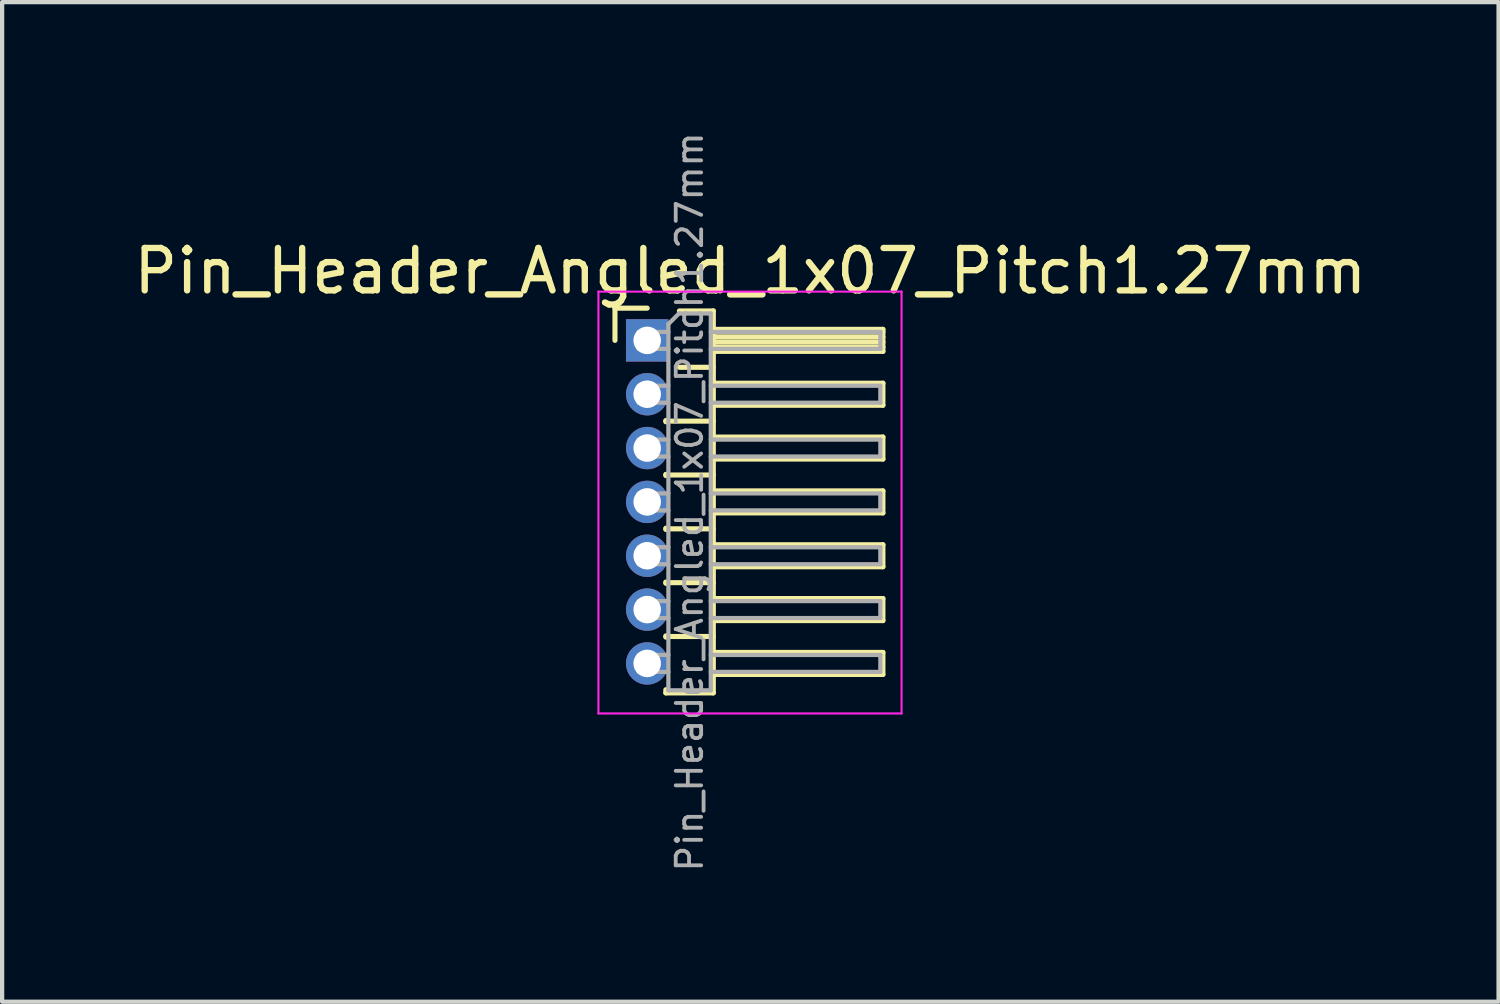
<source format=kicad_pcb>
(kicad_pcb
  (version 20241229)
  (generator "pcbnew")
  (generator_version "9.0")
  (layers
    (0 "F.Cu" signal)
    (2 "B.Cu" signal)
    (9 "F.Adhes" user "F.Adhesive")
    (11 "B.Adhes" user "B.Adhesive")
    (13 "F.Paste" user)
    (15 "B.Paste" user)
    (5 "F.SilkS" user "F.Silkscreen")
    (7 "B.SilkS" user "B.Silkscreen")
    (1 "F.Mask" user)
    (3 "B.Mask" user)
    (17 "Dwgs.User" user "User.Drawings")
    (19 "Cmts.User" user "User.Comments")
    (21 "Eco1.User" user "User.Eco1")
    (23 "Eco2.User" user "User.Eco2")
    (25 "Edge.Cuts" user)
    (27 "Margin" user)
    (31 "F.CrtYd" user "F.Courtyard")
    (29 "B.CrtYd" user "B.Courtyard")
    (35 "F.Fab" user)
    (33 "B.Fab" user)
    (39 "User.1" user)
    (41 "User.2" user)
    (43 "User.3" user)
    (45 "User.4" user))
  (footprint "Pin_Header_Angled_1x07_Pitch1.27mm"
    (layer "F.Cu")
    (at 12.216 4.979)
    (property "Reference" "Pin_Header_Angled_1x07_Pitch1.27mm" (at 2.433 -1.635 0) (layer "F.SilkS") (effects (font (size 1 1) (thickness 0.15))))
    (attr through_hole)
    (fp_line (start -0.76 -0.76) (end 0 -0.76) (stroke (width 0.12) (type solid)) (layer "F.SilkS"))
    (fp_line (start -0.76 0) (end -0.76 -0.76) (stroke (width 0.12) (type solid)) (layer "F.SilkS"))
    (fp_line (start 0.44 1.89) (end 0.44 1.92) (stroke (width 0.12) (type solid)) (layer "F.SilkS"))
    (fp_line (start 0.44 1.905) (end 1.56 1.905) (stroke (width 0.12) (type solid)) (layer "F.SilkS"))
    (fp_line (start 0.44 3.16) (end 0.44 3.19) (stroke (width 0.12) (type solid)) (layer "F.SilkS"))
    (fp_line (start 0.44 3.175) (end 1.56 3.175) (stroke (width 0.12) (type solid)) (layer "F.SilkS"))
    (fp_line (start 0.44 4.43) (end 0.44 4.46) (stroke (width 0.12) (type solid)) (layer "F.SilkS"))
    (fp_line (start 0.44 4.445) (end 1.56 4.445) (stroke (width 0.12) (type solid)) (layer "F.SilkS"))
    (fp_line (start 0.44 5.7) (end 0.44 5.73) (stroke (width 0.12) (type solid)) (layer "F.SilkS"))
    (fp_line (start 0.44 5.715) (end 1.56 5.715) (stroke (width 0.12) (type solid)) (layer "F.SilkS"))
    (fp_line (start 0.44 6.97) (end 0.44 7) (stroke (width 0.12) (type solid)) (layer "F.SilkS"))
    (fp_line (start 0.44 6.985) (end 1.56 6.985) (stroke (width 0.12) (type solid)) (layer "F.SilkS"))
    (fp_line (start 0.44 8.315) (end 0.44 8.24) (stroke (width 0.12) (type solid)) (layer "F.SilkS"))
    (fp_line (start 0.76 -0.695) (end 1.56 -0.695) (stroke (width 0.12) (type solid)) (layer "F.SilkS"))
    (fp_line (start 0.76 0.635) (end 1.56 0.635) (stroke (width 0.12) (type solid)) (layer "F.SilkS"))
    (fp_line (start 1.56 -0.695) (end 1.56 8.315) (stroke (width 0.12) (type solid)) (layer "F.SilkS"))
    (fp_line (start 1.56 -0.26) (end 5.56 -0.26) (stroke (width 0.12) (type solid)) (layer "F.SilkS"))
    (fp_line (start 1.56 -0.2) (end 5.56 -0.2) (stroke (width 0.12) (type solid)) (layer "F.SilkS"))
    (fp_line (start 1.56 -0.08) (end 5.56 -0.08) (stroke (width 0.12) (type solid)) (layer "F.SilkS"))
    (fp_line (start 1.56 0.04) (end 5.56 0.04) (stroke (width 0.12) (type solid)) (layer "F.SilkS"))
    (fp_line (start 1.56 0.16) (end 5.56 0.16) (stroke (width 0.12) (type solid)) (layer "F.SilkS"))
    (fp_line (start 1.56 1.01) (end 5.56 1.01) (stroke (width 0.12) (type solid)) (layer "F.SilkS"))
    (fp_line (start 1.56 2.28) (end 5.56 2.28) (stroke (width 0.12) (type solid)) (layer "F.SilkS"))
    (fp_line (start 1.56 3.55) (end 5.56 3.55) (stroke (width 0.12) (type solid)) (layer "F.SilkS"))
    (fp_line (start 1.56 4.82) (end 5.56 4.82) (stroke (width 0.12) (type solid)) (layer "F.SilkS"))
    (fp_line (start 1.56 6.09) (end 5.56 6.09) (stroke (width 0.12) (type solid)) (layer "F.SilkS"))
    (fp_line (start 1.56 7.36) (end 5.56 7.36) (stroke (width 0.12) (type solid)) (layer "F.SilkS"))
    (fp_line (start 1.56 8.315) (end 0.44 8.315) (stroke (width 0.12) (type solid)) (layer "F.SilkS"))
    (fp_line (start 5.56 -0.26) (end 5.56 0.26) (stroke (width 0.12) (type solid)) (layer "F.SilkS"))
    (fp_line (start 5.56 0.26) (end 1.56 0.26) (stroke (width 0.12) (type solid)) (layer "F.SilkS"))
    (fp_line (start 5.56 1.01) (end 5.56 1.53) (stroke (width 0.12) (type solid)) (layer "F.SilkS"))
    (fp_line (start 5.56 1.53) (end 1.56 1.53) (stroke (width 0.12) (type solid)) (layer "F.SilkS"))
    (fp_line (start 5.56 2.28) (end 5.56 2.8) (stroke (width 0.12) (type solid)) (layer "F.SilkS"))
    (fp_line (start 5.56 2.8) (end 1.56 2.8) (stroke (width 0.12) (type solid)) (layer "F.SilkS"))
    (fp_line (start 5.56 3.55) (end 5.56 4.07) (stroke (width 0.12) (type solid)) (layer "F.SilkS"))
    (fp_line (start 5.56 4.07) (end 1.56 4.07) (stroke (width 0.12) (type solid)) (layer "F.SilkS"))
    (fp_line (start 5.56 4.82) (end 5.56 5.34) (stroke (width 0.12) (type solid)) (layer "F.SilkS"))
    (fp_line (start 5.56 5.34) (end 1.56 5.34) (stroke (width 0.12) (type solid)) (layer "F.SilkS"))
    (fp_line (start 5.56 6.09) (end 5.56 6.61) (stroke (width 0.12) (type solid)) (layer "F.SilkS"))
    (fp_line (start 5.56 6.61) (end 1.56 6.61) (stroke (width 0.12) (type solid)) (layer "F.SilkS"))
    (fp_line (start 5.56 7.36) (end 5.56 7.88) (stroke (width 0.12) (type solid)) (layer "F.SilkS"))
    (fp_line (start 5.56 7.88) (end 1.56 7.88) (stroke (width 0.12) (type solid)) (layer "F.SilkS"))
    (fp_line (start -1.15 -1.15) (end -1.15 8.8) (stroke (width 0.05) (type solid)) (layer "F.CrtYd"))
    (fp_line (start -1.15 8.8) (end 6 8.8) (stroke (width 0.05) (type solid)) (layer "F.CrtYd"))
    (fp_line (start 6 -1.15) (end -1.15 -1.15) (stroke (width 0.05) (type solid)) (layer "F.CrtYd"))
    (fp_line (start 6 8.8) (end 6 -1.15) (stroke (width 0.05) (type solid)) (layer "F.CrtYd"))
    (fp_line (start -0.2 -0.2) (end -0.2 0.2) (stroke (width 0.1) (type solid)) (layer "F.Fab"))
    (fp_line (start -0.2 -0.2) (end 0.5 -0.2) (stroke (width 0.1) (type solid)) (layer "F.Fab"))
    (fp_line (start -0.2 0.2) (end 0.5 0.2) (stroke (width 0.1) (type solid)) (layer "F.Fab"))
    (fp_line (start -0.2 1.07) (end -0.2 1.47) (stroke (width 0.1) (type solid)) (layer "F.Fab"))
    (fp_line (start -0.2 1.07) (end 0.5 1.07) (stroke (width 0.1) (type solid)) (layer "F.Fab"))
    (fp_line (start -0.2 1.47) (end 0.5 1.47) (stroke (width 0.1) (type solid)) (layer "F.Fab"))
    (fp_line (start -0.2 2.34) (end -0.2 2.74) (stroke (width 0.1) (type solid)) (layer "F.Fab"))
    (fp_line (start -0.2 2.34) (end 0.5 2.34) (stroke (width 0.1) (type solid)) (layer "F.Fab"))
    (fp_line (start -0.2 2.74) (end 0.5 2.74) (stroke (width 0.1) (type solid)) (layer "F.Fab"))
    (fp_line (start -0.2 3.61) (end -0.2 4.01) (stroke (width 0.1) (type solid)) (layer "F.Fab"))
    (fp_line (start -0.2 3.61) (end 0.5 3.61) (stroke (width 0.1) (type solid)) (layer "F.Fab"))
    (fp_line (start -0.2 4.01) (end 0.5 4.01) (stroke (width 0.1) (type solid)) (layer "F.Fab"))
    (fp_line (start -0.2 4.88) (end -0.2 5.28) (stroke (width 0.1) (type solid)) (layer "F.Fab"))
    (fp_line (start -0.2 4.88) (end 0.5 4.88) (stroke (width 0.1) (type solid)) (layer "F.Fab"))
    (fp_line (start -0.2 5.28) (end 0.5 5.28) (stroke (width 0.1) (type solid)) (layer "F.Fab"))
    (fp_line (start -0.2 6.15) (end -0.2 6.55) (stroke (width 0.1) (type solid)) (layer "F.Fab"))
    (fp_line (start -0.2 6.15) (end 0.5 6.15) (stroke (width 0.1) (type solid)) (layer "F.Fab"))
    (fp_line (start -0.2 6.55) (end 0.5 6.55) (stroke (width 0.1) (type solid)) (layer "F.Fab"))
    (fp_line (start -0.2 7.42) (end -0.2 7.82) (stroke (width 0.1) (type solid)) (layer "F.Fab"))
    (fp_line (start -0.2 7.42) (end 0.5 7.42) (stroke (width 0.1) (type solid)) (layer "F.Fab"))
    (fp_line (start -0.2 7.82) (end 0.5 7.82) (stroke (width 0.1) (type solid)) (layer "F.Fab"))
    (fp_line (start 0.5 -0.385) (end 0.75 -0.635) (stroke (width 0.1) (type solid)) (layer "F.Fab"))
    (fp_line (start 0.5 8.255) (end 0.5 -0.385) (stroke (width 0.1) (type solid)) (layer "F.Fab"))
    (fp_line (start 0.75 -0.635) (end 1.5 -0.635) (stroke (width 0.1) (type solid)) (layer "F.Fab"))
    (fp_line (start 1.5 -0.635) (end 1.5 8.255) (stroke (width 0.1) (type solid)) (layer "F.Fab"))
    (fp_line (start 1.5 -0.2) (end 5.5 -0.2) (stroke (width 0.1) (type solid)) (layer "F.Fab"))
    (fp_line (start 1.5 0.2) (end 5.5 0.2) (stroke (width 0.1) (type solid)) (layer "F.Fab"))
    (fp_line (start 1.5 1.07) (end 5.5 1.07) (stroke (width 0.1) (type solid)) (layer "F.Fab"))
    (fp_line (start 1.5 1.47) (end 5.5 1.47) (stroke (width 0.1) (type solid)) (layer "F.Fab"))
    (fp_line (start 1.5 2.34) (end 5.5 2.34) (stroke (width 0.1) (type solid)) (layer "F.Fab"))
    (fp_line (start 1.5 2.74) (end 5.5 2.74) (stroke (width 0.1) (type solid)) (layer "F.Fab"))
    (fp_line (start 1.5 3.61) (end 5.5 3.61) (stroke (width 0.1) (type solid)) (layer "F.Fab"))
    (fp_line (start 1.5 4.01) (end 5.5 4.01) (stroke (width 0.1) (type solid)) (layer "F.Fab"))
    (fp_line (start 1.5 4.88) (end 5.5 4.88) (stroke (width 0.1) (type solid)) (layer "F.Fab"))
    (fp_line (start 1.5 5.28) (end 5.5 5.28) (stroke (width 0.1) (type solid)) (layer "F.Fab"))
    (fp_line (start 1.5 6.15) (end 5.5 6.15) (stroke (width 0.1) (type solid)) (layer "F.Fab"))
    (fp_line (start 1.5 6.55) (end 5.5 6.55) (stroke (width 0.1) (type solid)) (layer "F.Fab"))
    (fp_line (start 1.5 7.42) (end 5.5 7.42) (stroke (width 0.1) (type solid)) (layer "F.Fab"))
    (fp_line (start 1.5 7.82) (end 5.5 7.82) (stroke (width 0.1) (type solid)) (layer "F.Fab"))
    (fp_line (start 1.5 8.255) (end 0.5 8.255) (stroke (width 0.1) (type solid)) (layer "F.Fab"))
    (fp_line (start 5.5 -0.2) (end 5.5 0.2) (stroke (width 0.1) (type solid)) (layer "F.Fab"))
    (fp_line (start 5.5 1.07) (end 5.5 1.47) (stroke (width 0.1) (type solid)) (layer "F.Fab"))
    (fp_line (start 5.5 2.34) (end 5.5 2.74) (stroke (width 0.1) (type solid)) (layer "F.Fab"))
    (fp_line (start 5.5 3.61) (end 5.5 4.01) (stroke (width 0.1) (type solid)) (layer "F.Fab"))
    (fp_line (start 5.5 4.88) (end 5.5 5.28) (stroke (width 0.1) (type solid)) (layer "F.Fab"))
    (fp_line (start 5.5 6.15) (end 5.5 6.55) (stroke (width 0.1) (type solid)) (layer "F.Fab"))
    (fp_line (start 5.5 7.42) (end 5.5 7.82) (stroke (width 0.1) (type solid)) (layer "F.Fab"))
    (fp_text user "${REFERENCE}" (at 1 3.81 90) (layer "F.Fab") (effects (font (size 0.6 0.6) (thickness 0.09))))
    (pad "1" thru_hole rect (at 0 0) (size 1 1) (drill 0.65) (layers "*.Cu" "*.Mask"))
    (pad "2" thru_hole oval (at 0 1.27) (size 1 1) (drill 0.65) (layers "*.Cu" "*.Mask"))
    (pad "3" thru_hole oval (at 0 2.54) (size 1 1) (drill 0.65) (layers "*.Cu" "*.Mask"))
    (pad "4" thru_hole oval (at 0 3.81) (size 1 1) (drill 0.65) (layers "*.Cu" "*.Mask"))
    (pad "5" thru_hole oval (at 0 5.08) (size 1 1) (drill 0.65) (layers "*.Cu" "*.Mask"))
    (pad "6" thru_hole oval (at 0 6.35) (size 1 1) (drill 0.65) (layers "*.Cu" "*.Mask"))
    (pad "7" thru_hole oval (at 0 7.62) (size 1 1) (drill 0.65) (layers "*.Cu" "*.Mask")))
  (gr_rect
    (start -3 -3)
    (end 32.298 20.579)
    (stroke (width 0.1) (type default))
    (fill no)
    (layer "Edge.Cuts")))
</source>
